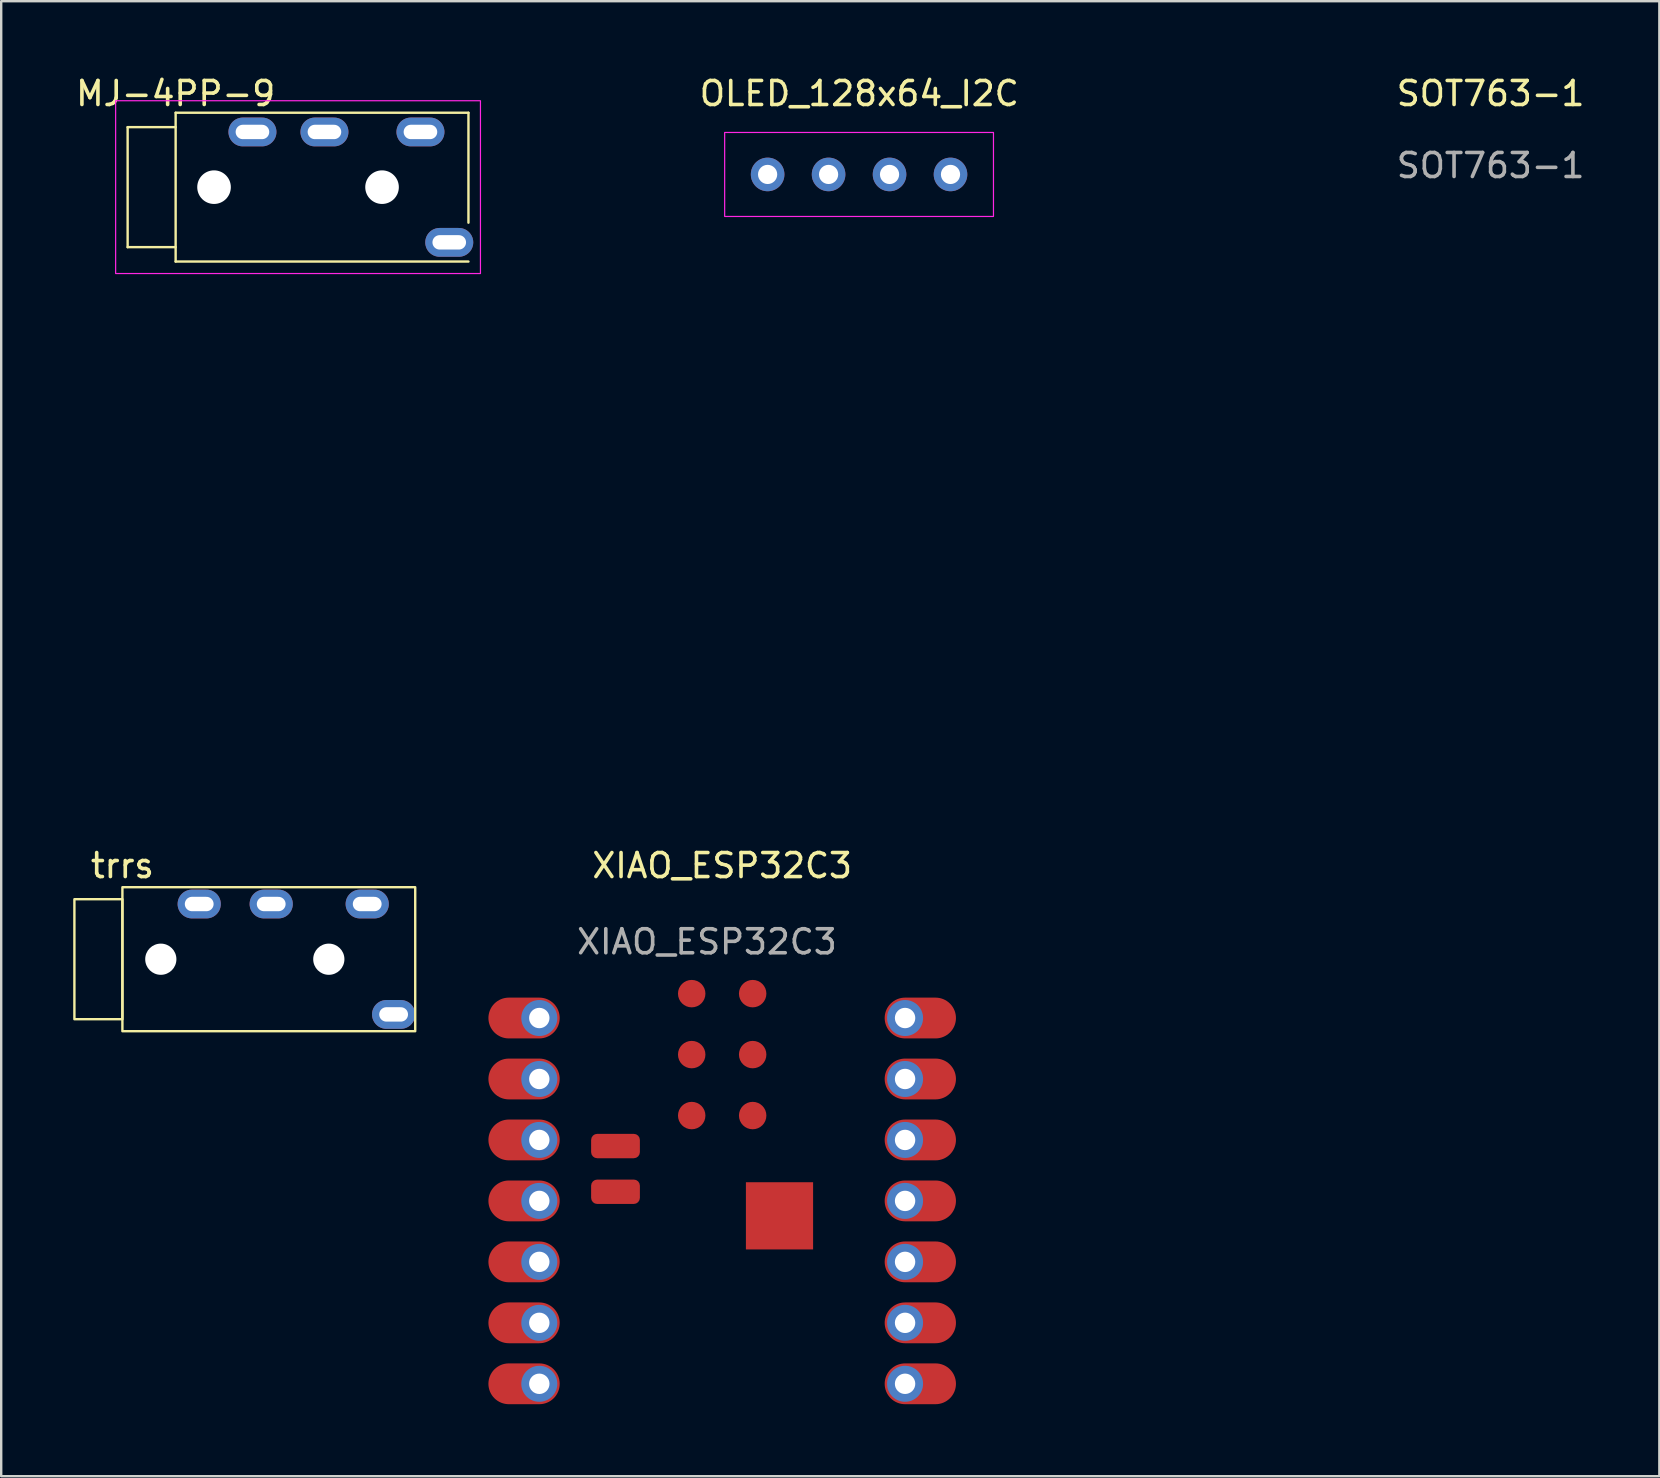
<source format=kicad_pcb>
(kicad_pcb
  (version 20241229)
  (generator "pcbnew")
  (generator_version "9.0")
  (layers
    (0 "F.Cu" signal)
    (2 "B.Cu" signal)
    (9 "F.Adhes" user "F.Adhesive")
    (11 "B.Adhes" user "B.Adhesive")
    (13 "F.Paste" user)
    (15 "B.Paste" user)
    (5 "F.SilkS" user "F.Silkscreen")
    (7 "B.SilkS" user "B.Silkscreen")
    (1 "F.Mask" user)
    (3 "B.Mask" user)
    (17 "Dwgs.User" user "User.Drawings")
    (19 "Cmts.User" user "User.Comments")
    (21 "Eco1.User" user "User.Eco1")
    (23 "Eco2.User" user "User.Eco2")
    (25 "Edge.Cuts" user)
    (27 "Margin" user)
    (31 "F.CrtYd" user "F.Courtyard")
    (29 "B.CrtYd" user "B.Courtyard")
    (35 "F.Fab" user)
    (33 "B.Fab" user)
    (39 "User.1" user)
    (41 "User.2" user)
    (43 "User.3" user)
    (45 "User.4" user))
  (footprint "XIAO_ESP32C3"
    (layer "F.Cu")
    (at 27.04 46.986)
    (property "Reference" "XIAO_ESP32C3" (at 0 -13.97 0) (unlocked yes) (layer "F.SilkS") (effects (font (size 1 1) (thickness 0.15))))
    (attr smd)
    (fp_text user "${REFERENCE}" (at -0.635 -10.795 0) (unlocked yes) (layer "F.Fab") (effects (font (size 1 1) (thickness 0.15))))
    (pad "" smd oval (at -8.255 -7.62) (size 2.97 1.7) (layers "F.Cu" "F.Mask" "F.Paste"))
    (pad "" smd oval (at -8.255 -5.08) (size 2.97 1.7) (layers "F.Cu" "F.Mask" "F.Paste"))
    (pad "" smd oval (at -8.255 -2.54) (size 2.97 1.7) (layers "F.Cu" "F.Mask" "F.Paste"))
    (pad "" smd oval (at -8.255 0) (size 2.97 1.7) (layers "F.Cu" "F.Mask" "F.Paste"))
    (pad "" smd oval (at -8.255 2.54) (size 2.97 1.7) (layers "F.Cu" "F.Mask" "F.Paste"))
    (pad "" smd oval (at -8.255 5.08) (size 2.97 1.7) (layers "F.Cu" "F.Mask" "F.Paste"))
    (pad "" smd oval (at -8.255 7.62) (size 2.97 1.7) (layers "F.Cu" "F.Mask" "F.Paste"))
    (pad "" smd rect (at 2.388 0.622) (size 2.8 2.8) (layers "F.Cu" "F.Mask" "F.Paste"))
    (pad "" smd oval (at 8.255 -7.62) (size 2.97 1.7) (layers "F.Cu" "F.Mask" "F.Paste"))
    (pad "" smd oval (at 8.255 -5.08) (size 2.97 1.7) (layers "F.Cu" "F.Mask" "F.Paste"))
    (pad "" smd oval (at 8.255 -2.54) (size 2.97 1.7) (layers "F.Cu" "F.Mask" "F.Paste"))
    (pad "" smd oval (at 8.255 0) (size 2.97 1.7) (layers "F.Cu" "F.Mask" "F.Paste"))
    (pad "" smd oval (at 8.255 2.54) (size 2.97 1.7) (layers "F.Cu" "F.Mask" "F.Paste"))
    (pad "" smd oval (at 8.255 5.08) (size 2.97 1.7) (layers "F.Cu" "F.Mask" "F.Paste"))
    (pad "" smd oval (at 8.255 7.62) (size 2.97 1.7) (layers "F.Cu" "F.Mask" "F.Paste"))
    (pad "1" thru_hole circle (at -7.62 -7.62) (size 1.5 1.5) (drill 0.85) (layers "*.Cu" "*.Mask" "F.Paste"))
    (pad "2" thru_hole circle (at -7.62 -5.08) (size 1.5 1.5) (drill 0.85) (layers "*.Cu" "*.Mask" "F.Paste"))
    (pad "3" thru_hole circle (at -7.62 -2.54) (size 1.5 1.5) (drill 0.85) (layers "*.Cu" "*.Mask" "F.Paste"))
    (pad "4" thru_hole circle (at -7.62 0) (size 1.5 1.5) (drill 0.85) (layers "*.Cu" "*.Mask" "F.Paste"))
    (pad "5" thru_hole circle (at -7.62 2.54) (size 1.5 1.5) (drill 0.85) (layers "*.Cu" "*.Mask" "F.Paste"))
    (pad "6" thru_hole circle (at -7.62 5.08) (size 1.5 1.5) (drill 0.85) (layers "*.Cu" "*.Mask" "F.Paste"))
    (pad "7" thru_hole circle (at -7.62 7.62) (size 1.5 1.5) (drill 0.85) (layers "*.Cu" "*.Mask" "F.Paste"))
    (pad "8" thru_hole circle (at 7.62 7.62) (size 1.5 1.5) (drill 0.85) (layers "*.Cu" "*.Mask" "F.Paste"))
    (pad "9" thru_hole circle (at 7.62 5.08) (size 1.5 1.5) (drill 0.85) (layers "*.Cu" "*.Mask" "F.Paste"))
    (pad "10" thru_hole circle (at 7.62 2.54) (size 1.5 1.5) (drill 0.85) (layers "*.Cu" "*.Mask" "F.Paste"))
    (pad "11" thru_hole circle (at 7.62 0) (size 1.5 1.5) (drill 0.85) (layers "*.Cu" "*.Mask" "F.Paste"))
    (pad "12" thru_hole circle (at 7.62 -2.54) (size 1.5 1.5) (drill 0.85) (layers "*.Cu" "*.Mask" "F.Paste"))
    (pad "13" thru_hole circle (at 7.62 -5.08) (size 1.5 1.5) (drill 0.85) (layers "*.Cu" "*.Mask" "F.Paste"))
    (pad "14" thru_hole circle (at 7.62 -7.62) (size 1.5 1.5) (drill 0.85) (layers "*.Cu" "*.Mask" "F.Paste"))
    (pad "15" smd roundrect (at -4.445 -0.381) (size 2.032 1.016) (layers "F.Cu" "F.Mask" "F.Paste") (roundrect_rratio 0.25))
    (pad "16" smd roundrect (at -4.445 -2.286) (size 2.032 1.016) (layers "F.Cu" "F.Mask" "F.Paste") (roundrect_rratio 0.25))
    (pad "17" smd circle (at -1.27 -8.636) (size 1.143 1.143) (layers "F.Cu" "F.Mask" "F.Paste"))
    (pad "17" smd circle (at -1.27 -6.096) (size 1.143 1.143) (layers "F.Cu" "F.Mask" "F.Paste"))
    (pad "17" smd circle (at -1.27 -3.556) (size 1.143 1.143) (layers "F.Cu" "F.Mask" "F.Paste"))
    (pad "17" smd circle (at 1.27 -8.636) (size 1.143 1.143) (layers "F.Cu" "F.Mask" "F.Paste"))
    (pad "17" smd circle (at 1.27 -6.096) (size 1.143 1.143) (layers "F.Cu" "F.Mask" "F.Paste"))
    (pad "17" smd circle (at 1.27 -3.556) (size 1.143 1.143) (layers "F.Cu" "F.Mask" "F.Paste")))
  (footprint "OLED_128x64_I2C"
    (layer "F.Cu")
    (at 32.743 4.218)
    (property "Reference" "OLED_128x64_I2C" (at 0.01 -3.37 0) (unlocked yes) (layer "F.SilkS") (effects (font (size 1 1) (thickness 0.15))))
    (attr through_hole)
    (fp_rect (start -5.6 -1.75) (end 5.6 1.75) (stroke (width 0.05) (type default)) (fill no) (layer "F.CrtYd"))
    (fp_rect (start -12.7 -1.5) (end 12.7 24.9) (stroke (width 0.1) (type default)) (fill no) (layer "User.1"))
    (fp_rect (start -12.7 2.6) (end 12.7 16.1) (stroke (width 0.1) (type default)) (fill no) (layer "User.1"))
    (fp_rect (start -12.7 2.6) (end 12.7 19.2) (stroke (width 0.1) (type default)) (fill no) (layer "User.1"))
    (dimension (type aligned) (layer "User.1") (pts (xy 45.443 2.718) (xy 45.443 6.818)) (height -2.7) (format (prefix "") (suffix "") (units 3) (units_format 1) (precision 4)) (style (thickness 0.1) (arrow_length 1.27) (text_position_mode 0) (arrow_direction outward) (extension_height 0.586) (extension_offset 0.5) (keep_text_aligned yes)) (gr_text "4.1000 mm" (at 46.993 4.768 90) (layer "User.1") (effects (font (size 1 1) (thickness 0.15)))))
    (dimension (type aligned) (layer "User.1") (pts (xy 45.443 6.818) (xy 45.443 23.418)) (height -2.8) (format (prefix "") (suffix "") (units 3) (units_format 1) (precision 4)) (style (thickness 0.1) (arrow_length 1.27) (text_position_mode 0) (arrow_direction outward) (extension_height 0.586) (extension_offset 0.5) (keep_text_aligned yes)) (gr_text "16.6000 mm" (at 47.093 15.118 90) (layer "User.1") (effects (font (size 1 1) (thickness 0.15)))))
    (pad "1" thru_hole circle (at -3.81 0) (size 1.4 1.4) (drill 0.8) (layers "*.Cu" "*.Mask"))
    (pad "2" thru_hole circle (at -1.27 0) (size 1.4 1.4) (drill 0.8) (layers "*.Cu" "*.Mask"))
    (pad "3" thru_hole circle (at 1.27 0) (size 1.4 1.4) (drill 0.8) (layers "*.Cu" "*.Mask"))
    (pad "4" thru_hole circle (at 3.81 0) (size 1.4 1.4) (drill 0.8) (layers "*.Cu" "*.Mask")))
  (footprint "MJ-4PP-9"
    (layer "F.Cu")
    (at 4.268 4.748)
    (property "Reference" "MJ-4PP-9" (at 0 -3.9 0) (unlocked yes) (layer "F.SilkS") (effects (font (size 1 1) (thickness 0.15))))
    (attr through_hole)
    (fp_line (start -2 -2.5) (end -2 2.5) (stroke (width 0.1) (type default)) (layer "F.SilkS"))
    (fp_line (start -2 2.5) (end 0 2.5) (stroke (width 0.1) (type default)) (layer "F.SilkS"))
    (fp_line (start 0 -3.1) (end 0 3.1) (stroke (width 0.1) (type default)) (layer "F.SilkS"))
    (fp_line (start 0 -2.5) (end -2 -2.5) (stroke (width 0.1) (type default)) (layer "F.SilkS"))
    (fp_line (start 0 3.1) (end 12.2 3.1) (stroke (width 0.1) (type default)) (layer "F.SilkS"))
    (fp_line (start 12.2 -3.1) (end 0 -3.1) (stroke (width 0.1) (type default)) (layer "F.SilkS"))
    (fp_line (start 12.2 -3.1) (end 12.2 1.48) (stroke (width 0.1) (type default)) (layer "F.SilkS"))
    (fp_rect (start -2.5 -3.6) (end 12.7 3.6) (stroke (width 0.05) (type default)) (fill no) (layer "F.CrtYd"))
    (pad "" np_thru_hole circle (at 1.6 0) (size 1.4 1.4) (drill 1.4) (layers "*.Cu" "*.Mask"))
    (pad "" np_thru_hole circle (at 8.6 0) (size 1.4 1.4) (drill 1.4) (layers "*.Cu" "*.Mask"))
    (pad "R1" thru_hole oval (at 6.2 -2.3) (size 2 1.2) (drill oval 1.4 0.6) (layers "*.Cu" "*.Mask"))
    (pad "R2" thru_hole oval (at 3.2 -2.3) (size 2 1.2) (drill oval 1.4 0.6) (layers "*.Cu" "*.Mask"))
    (pad "S" thru_hole oval (at 11.4 2.3) (size 2 1.2) (drill oval 1.4 0.6) (layers "*.Cu" "*.Mask"))
    (pad "T" thru_hole oval (at 10.2 -2.3) (size 2 1.2) (drill oval 1.4 0.6) (layers "*.Cu" "*.Mask")))
  (footprint "trrs"
    (layer "F.Cu")
    (at 2.05 36.916)
    (property "Reference" "trrs" (at 0 -3.9 0) (unlocked yes) (layer "F.SilkS") (effects (font (size 1 1) (thickness 0.15))))
    (attr through_hole)
    (fp_rect (start -2 -2.5) (end 0 2.5) (stroke (width 0.1) (type default)) (fill no) (layer "F.SilkS"))
    (fp_rect (start 0 -3) (end 12.2 3) (stroke (width 0.1) (type default)) (fill no) (layer "F.SilkS"))
    (pad "" np_thru_hole circle (at 1.6 0) (size 1.3 1.3) (drill 1.3) (layers "*.Cu" "*.Mask"))
    (pad "" np_thru_hole circle (at 8.6 0) (size 1.3 1.3) (drill 1.3) (layers "*.Cu" "*.Mask"))
    (pad "R1" thru_hole oval (at 10.2 -2.3) (size 1.8 1.2) (drill oval 1.2 0.6) (layers "*.Cu" "*.Mask"))
    (pad "R2" thru_hole oval (at 6.2 -2.3) (size 1.8 1.2) (drill oval 1.2 0.6) (layers "*.Cu" "*.Mask"))
    (pad "S" thru_hole oval (at 3.2 -2.3) (size 1.8 1.2) (drill oval 1.2 0.6) (layers "*.Cu" "*.Mask"))
    (pad "T" thru_hole oval (at 11.3 2.3) (size 1.8 1.2) (drill oval 1.2 0.6) (layers "*.Cu" "*.Mask")))
  (footprint "SOT763-1"
    (layer "F.Cu")
    (at 59.057 1.348)
    (property "Reference" "SOT763-1" (at 0 -0.5 0) (unlocked yes) (layer "F.SilkS") (effects (font (size 1 1) (thickness 0.15))))
    (attr smd)
    (fp_text user "${REFERENCE}" (at 0 2.5 0) (unlocked yes) (layer "F.Fab") (effects (font (size 1 1) (thickness 0.15)))))
  (gr_rect
    (start -3 -3)
    (end 66.087 58.456)
    (stroke (width 0.1) (type default))
    (fill no)
    (layer "Edge.Cuts")))
</source>
